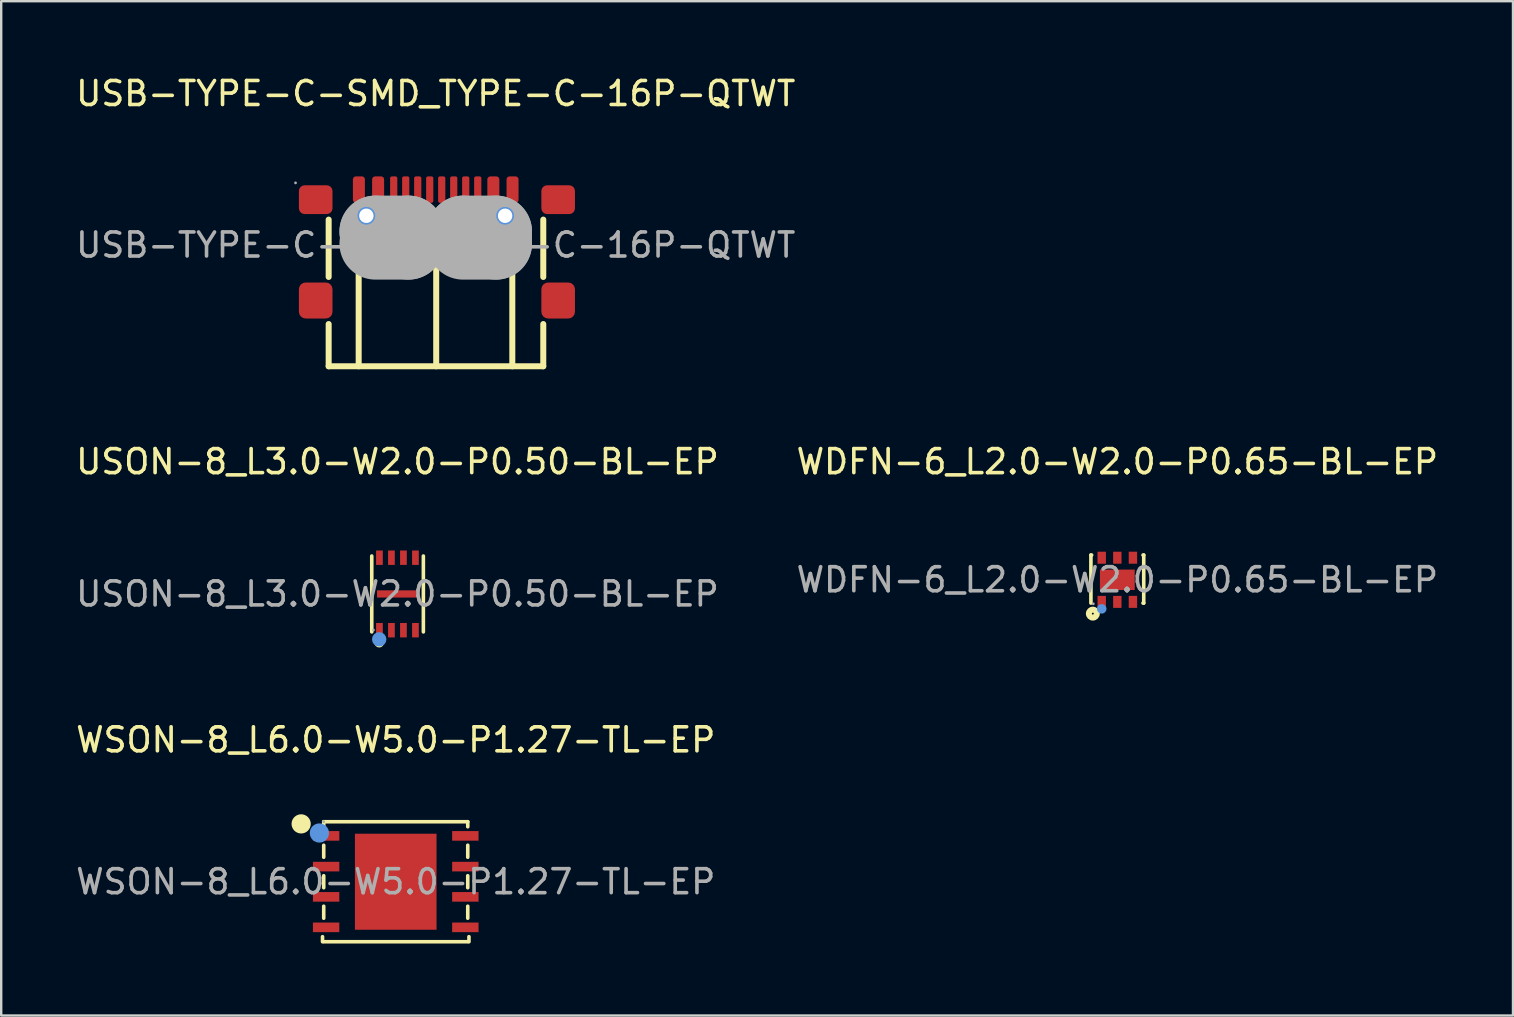
<source format=kicad_pcb>
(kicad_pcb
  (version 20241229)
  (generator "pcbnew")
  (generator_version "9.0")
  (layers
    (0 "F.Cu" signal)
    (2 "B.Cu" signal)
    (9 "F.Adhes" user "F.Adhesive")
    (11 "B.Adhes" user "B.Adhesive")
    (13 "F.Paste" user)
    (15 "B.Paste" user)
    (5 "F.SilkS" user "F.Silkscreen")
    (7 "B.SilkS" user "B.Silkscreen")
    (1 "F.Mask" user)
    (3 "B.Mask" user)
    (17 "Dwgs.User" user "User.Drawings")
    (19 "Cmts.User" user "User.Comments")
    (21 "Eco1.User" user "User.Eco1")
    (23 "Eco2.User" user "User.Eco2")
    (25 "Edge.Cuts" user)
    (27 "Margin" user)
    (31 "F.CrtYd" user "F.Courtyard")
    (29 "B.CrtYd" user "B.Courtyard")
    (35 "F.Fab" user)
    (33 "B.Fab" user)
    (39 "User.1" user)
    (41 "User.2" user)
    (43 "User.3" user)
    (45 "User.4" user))
  (footprint "WDFN-6_L2.0-W2.0-P0.65-BL-EP"
    (layer "F.Cu")
    (at 43.494 21.102)
    (property "Reference" "WDFN-6_L2.0-W2.0-P0.65-BL-EP" (at 0 -4.92 0) (layer "F.SilkS") (effects (font (size 1 1) (thickness 0.15))))
    (attr smd)
    (fp_line (start -1.1 -1.03) (end -1.1 0.97) (stroke (width 0.15) (type solid)) (layer "F.SilkS"))
    (fp_line (start -1.1 -1.03) (end -1.07 -1.03) (stroke (width 0.15) (type solid)) (layer "F.SilkS"))
    (fp_line (start 1.07 -1.03) (end 1.1 -1.03) (stroke (width 0.15) (type solid)) (layer "F.SilkS"))
    (fp_line (start 1.1 0.97) (end 1.07 0.97) (stroke (width 0.15) (type solid)) (layer "F.SilkS"))
    (fp_line (start 1.1 0.97) (end 1.1 -1.03) (stroke (width 0.15) (type solid)) (layer "F.SilkS"))
    (fp_circle (center -1.02 1.41) (end -0.98 1.41) (stroke (width 0.25) (type solid)) (fill no) (layer "F.SilkS"))
    (fp_circle (center -0.65 1.21) (end -0.55 1.21) (stroke (width 0.2) (type solid)) (fill no) (layer "Cmts.User"))
    (fp_circle (center -1 1) (end -0.97 1) (stroke (width 0.06) (type solid)) (fill no) (layer "F.Fab"))
    (fp_text user "${REFERENCE}" (at 0 0 0) (layer "F.Fab") (effects (font (size 1 1) (thickness 0.15))))
    (pad "1" smd rect (at -0.65 0.92) (size 0.35 0.5) (layers "F.Cu" "F.Mask" "F.Paste"))
    (pad "2" smd rect (at 0 0.92) (size 0.35 0.5) (layers "F.Cu" "F.Mask" "F.Paste"))
    (pad "3" smd rect (at 0.65 0.92) (size 0.35 0.5) (layers "F.Cu" "F.Mask" "F.Paste"))
    (pad "4" smd rect (at 0.65 -0.92) (size 0.35 0.5) (layers "F.Cu" "F.Mask" "F.Paste"))
    (pad "5" smd rect (at 0 -0.92) (size 0.35 0.5) (layers "F.Cu" "F.Mask" "F.Paste"))
    (pad "6" smd rect (at -0.65 -0.92) (size 0.35 0.5) (layers "F.Cu" "F.Mask" "F.Paste"))
    (pad "7" smd rect (at 0 0) (size 1.45 0.85) (layers "F.Cu" "F.Mask" "F.Paste")))
  (footprint "USON-8_L3.0-W2.0-P0.50-BL-EP"
    (layer "F.Cu")
    (at 13.506 21.692)
    (property "Reference" "USON-8_L3.0-W2.0-P0.50-BL-EP" (at 0 -5.51 0) (layer "F.SilkS") (effects (font (size 1 1) (thickness 0.15))))
    (attr smd)
    (fp_line (start -1.07 -1.58) (end -1.07 1.58) (stroke (width 0.15) (type solid)) (layer "F.SilkS"))
    (fp_line (start 1.08 1.58) (end 1.08 -1.58) (stroke (width 0.15) (type solid)) (layer "F.SilkS"))
    (fp_circle (center -0.76 2.03) (end -0.66 2.03) (stroke (width 0.2) (type solid)) (fill no) (layer "F.SilkS"))
    (fp_circle (center -0.76 1.89) (end -0.61 1.89) (stroke (width 0.3) (type solid)) (fill no) (layer "Cmts.User"))
    (fp_circle (center -1 1.5) (end -0.97 1.5) (stroke (width 0.06) (type solid)) (fill no) (layer "F.Fab"))
    (fp_text user "${REFERENCE}" (at 0 0 0) (layer "F.Fab") (effects (font (size 1 1) (thickness 0.15))))
    (pad "1" smd rect (at -0.75 1.51 270) (size 0.6 0.28) (layers "F.Cu" "F.Mask" "F.Paste"))
    (pad "2" smd rect (at -0.25 1.51 270) (size 0.6 0.28) (layers "F.Cu" "F.Mask" "F.Paste"))
    (pad "3" smd rect (at 0.25 1.51 270) (size 0.6 0.28) (layers "F.Cu" "F.Mask" "F.Paste"))
    (pad "4" smd rect (at 0.75 1.51 270) (size 0.6 0.28) (layers "F.Cu" "F.Mask" "F.Paste"))
    (pad "5" smd rect (at 0.75 -1.51 270) (size 0.6 0.28) (layers "F.Cu" "F.Mask" "F.Paste"))
    (pad "6" smd rect (at 0.25 -1.51 270) (size 0.6 0.28) (layers "F.Cu" "F.Mask" "F.Paste"))
    (pad "7" smd rect (at -0.25 -1.51 270) (size 0.6 0.28) (layers "F.Cu" "F.Mask" "F.Paste"))
    (pad "8" smd rect (at -0.75 -1.51 270) (size 0.6 0.28) (layers "F.Cu" "F.Mask" "F.Paste"))
    (pad "9" smd rect (at 0 0 90) (size 0.3 1.7) (layers "F.Cu" "F.Mask" "F.Paste")))
  (footprint "USB-TYPE-C-SMD_TYPE-C-16P-QTWT"
    (layer "F.Cu")
    (at 15.101 7.158)
    (property "Reference" "USB-TYPE-C-SMD_TYPE-C-16P-QTWT" (at 0 -6.31 0) (layer "F.SilkS") (effects (font (size 1 1) (thickness 0.15))))
    (attr smd)
    (fp_line (start -4.46 -1.06) (end -4.46 1.33) (stroke (width 0.25) (type solid)) (layer "F.SilkS"))
    (fp_line (start -4.46 3.29) (end -4.46 5.05) (stroke (width 0.25) (type solid)) (layer "F.SilkS"))
    (fp_line (start -4.46 5.05) (end 4.48 5.05) (stroke (width 0.25) (type solid)) (layer "F.SilkS"))
    (fp_line (start -3.21 -0.4) (end -3.21 5.05) (stroke (width 0.25) (type solid)) (layer "F.SilkS"))
    (fp_line (start 0.02 -1.2) (end 0.02 5.05) (stroke (width 0.25) (type solid)) (layer "F.SilkS"))
    (fp_line (start 3.19 -0.4) (end 3.19 5.05) (stroke (width 0.25) (type solid)) (layer "F.SilkS"))
    (fp_line (start 4.48 1.33) (end 4.48 -1.06) (stroke (width 0.25) (type solid)) (layer "F.SilkS"))
    (fp_line (start 4.48 5.05) (end 4.48 3.29) (stroke (width 0.25) (type solid)) (layer "F.SilkS"))
    (fp_circle (center -2.89 -1.22) (end -2.77 -1.22) (stroke (width 0.25) (type solid)) (fill no) (layer "Cmts.User"))
    (fp_circle (center 2.89 -1.22) (end 3.01 -1.22) (stroke (width 0.25) (type solid)) (fill no) (layer "Cmts.User"))
    (fp_line (start -2.51 -0.56) (end -2.51 -0.56) (stroke (width 3) (type solid)) (layer "F.Fab"))
    (fp_line (start -2.51 -0.56) (end -1.14 -0.56) (stroke (width 3) (type solid)) (layer "F.Fab"))
    (fp_line (start -1.14 -0.56) (end -1.14 -0.06) (stroke (width 3) (type solid)) (layer "F.Fab"))
    (fp_line (start -1.14 -0.06) (end -2.51 -0.06) (stroke (width 3) (type solid)) (layer "F.Fab"))
    (fp_line (start 1.14 -0.56) (end 1.14 -0.56) (stroke (width 3) (type solid)) (layer "F.Fab"))
    (fp_line (start 1.14 -0.56) (end 2.51 -0.56) (stroke (width 3) (type solid)) (layer "F.Fab"))
    (fp_line (start 2.51 -0.56) (end 2.51 -0.06) (stroke (width 3) (type solid)) (layer "F.Fab"))
    (fp_line (start 2.51 -0.06) (end 1.14 -0.06) (stroke (width 3) (type solid)) (layer "F.Fab"))
    (fp_circle (center -5.84 -2.59) (end -5.81 -2.59) (stroke (width 0.06) (type solid)) (fill no) (layer "F.Fab"))
    (fp_text user "${REFERENCE}" (at 0 0 0) (layer "F.Fab") (effects (font (size 1 1) (thickness 0.15))))
    (pad "" thru_hole circle (at -2.89 -1.22) (size 0.6 0.6) (drill 0.6) (layers "*.Cu" "*.Mask"))
    (pad "" thru_hole circle (at 2.89 -1.22) (size 0.6 0.6) (drill 0.6) (layers "*.Cu" "*.Mask"))
    (pad "0" smd roundrect (at -5 -1.89) (size 1.4 1.2) (layers "F.Cu" "F.Mask" "F.Paste") (roundrect_rratio 0.2))
    (pad "0" smd roundrect (at -5 2.31) (size 1.4 1.5) (layers "F.Cu" "F.Mask" "F.Paste") (roundrect_rratio 0.2))
    (pad "0" smd roundrect (at 5.1 -1.89) (size 1.4 1.2) (layers "F.Cu" "F.Mask" "F.Paste") (roundrect_rratio 0.2))
    (pad "0" smd roundrect (at 5.1 2.31) (size 1.4 1.5) (layers "F.Cu" "F.Mask" "F.Paste") (roundrect_rratio 0.2))
    (pad "A1" smd roundrect (at -3.2 -2.31) (size 0.5 1.1) (layers "F.Cu" "F.Mask" "F.Paste") (roundrect_rratio 0.25))
    (pad "A4" smd roundrect (at -2.4 -2.31) (size 0.5 1.1) (layers "F.Cu" "F.Mask" "F.Paste") (roundrect_rratio 0.25))
    (pad "A5" smd roundrect (at -1.25 -2.31) (size 0.3 1.1) (layers "F.Cu" "F.Mask" "F.Paste") (roundrect_rratio 0.25))
    (pad "A6" smd roundrect (at -0.25 -2.31) (size 0.3 1.1) (layers "F.Cu" "F.Mask" "F.Paste") (roundrect_rratio 0.25))
    (pad "A7" smd roundrect (at 0.25 -2.31) (size 0.3 1.1) (layers "F.Cu" "F.Mask" "F.Paste") (roundrect_rratio 0.25))
    (pad "A8" smd roundrect (at 1.25 -2.31) (size 0.3 1.1) (layers "F.Cu" "F.Mask" "F.Paste") (roundrect_rratio 0.25))
    (pad "A9" smd roundrect (at 2.4 -2.31) (size 0.5 1.1) (layers "F.Cu" "F.Mask" "F.Paste") (roundrect_rratio 0.25))
    (pad "A12" smd roundrect (at 3.2 -2.31) (size 0.5 1.1) (layers "F.Cu" "F.Mask" "F.Paste") (roundrect_rratio 0.25))
    (pad "B5" smd roundrect (at 1.75 -2.31) (size 0.3 1.1) (layers "F.Cu" "F.Mask" "F.Paste") (roundrect_rratio 0.25))
    (pad "B6" smd roundrect (at 0.75 -2.31) (size 0.3 1.1) (layers "F.Cu" "F.Mask" "F.Paste") (roundrect_rratio 0.25))
    (pad "B7" smd roundrect (at -0.75 -2.31) (size 0.3 1.1) (layers "F.Cu" "F.Mask" "F.Paste") (roundrect_rratio 0.25))
    (pad "B8" smd roundrect (at -1.75 -2.31) (size 0.3 1.1) (layers "F.Cu" "F.Mask" "F.Paste") (roundrect_rratio 0.25)))
  (footprint "WSON-8_L6.0-W5.0-P1.27-TL-EP"
    (layer "F.Cu")
    (at 13.435 33.68)
    (property "Reference" "WSON-8_L6.0-W5.0-P1.27-TL-EP" (at 0 -5.91 0) (layer "F.SilkS") (effects (font (size 1 1) (thickness 0.15))))
    (attr smd)
    (fp_line (start -3.05 2.29) (end -3.05 2.5) (stroke (width 0.15) (type solid)) (layer "F.SilkS"))
    (fp_line (start -3 -2.5) (end -3 -2.29) (stroke (width 0.15) (type solid)) (layer "F.SilkS"))
    (fp_line (start -3 -2.5) (end 3 -2.5) (stroke (width 0.15) (type solid)) (layer "F.SilkS"))
    (fp_line (start -3 -1.52) (end -3 -1.02) (stroke (width 0.15) (type solid)) (layer "F.SilkS"))
    (fp_line (start -3 -0.25) (end -3 0.25) (stroke (width 0.15) (type solid)) (layer "F.SilkS"))
    (fp_line (start -3 1.02) (end -3 1.52) (stroke (width 0.15) (type solid)) (layer "F.SilkS"))
    (fp_line (start -3 2.5) (end 3 2.5) (stroke (width 0.15) (type solid)) (layer "F.SilkS"))
    (fp_line (start 3 -2.5) (end 3 -2.29) (stroke (width 0.15) (type solid)) (layer "F.SilkS"))
    (fp_line (start 3 -1.52) (end 3 -1.02) (stroke (width 0.15) (type solid)) (layer "F.SilkS"))
    (fp_line (start 3 -0.25) (end 3 0.25) (stroke (width 0.15) (type solid)) (layer "F.SilkS"))
    (fp_line (start 3 1.02) (end 3 1.52) (stroke (width 0.15) (type solid)) (layer "F.SilkS"))
    (fp_line (start 3.05 2.29) (end 3.05 2.5) (stroke (width 0.15) (type solid)) (layer "F.SilkS"))
    (fp_circle (center -3.94 -2.41) (end -3.74 -2.41) (stroke (width 0.4) (type solid)) (fill no) (layer "F.SilkS"))
    (fp_circle (center -3.18 -2.03) (end -2.98 -2.03) (stroke (width 0.4) (type solid)) (fill no) (layer "Cmts.User"))
    (fp_circle (center -3 -2.5) (end -2.97 -2.5) (stroke (width 0.06) (type solid)) (fill no) (layer "F.Fab"))
    (fp_text user "${REFERENCE}" (at 0 0 0) (layer "F.Fab") (effects (font (size 1 1) (thickness 0.15))))
    (pad "1" smd rect (at -2.9 -1.91) (size 1.1 0.4) (layers "F.Cu" "F.Mask" "F.Paste"))
    (pad "2" smd rect (at -2.9 -0.63) (size 1.1 0.4) (layers "F.Cu" "F.Mask" "F.Paste"))
    (pad "3" smd rect (at -2.9 0.63) (size 1.1 0.4) (layers "F.Cu" "F.Mask" "F.Paste"))
    (pad "4" smd rect (at -2.9 1.9) (size 1.1 0.4) (layers "F.Cu" "F.Mask" "F.Paste"))
    (pad "5" smd rect (at 2.9 1.9) (size 1.1 0.4) (layers "F.Cu" "F.Mask" "F.Paste"))
    (pad "6" smd rect (at 2.9 0.63) (size 1.1 0.4) (layers "F.Cu" "F.Mask" "F.Paste"))
    (pad "7" smd rect (at 2.9 -0.63) (size 1.1 0.4) (layers "F.Cu" "F.Mask" "F.Paste"))
    (pad "8" smd rect (at 2.9 -1.91) (size 1.1 0.4) (layers "F.Cu" "F.Mask" "F.Paste"))
    (pad "9" smd rect (at 0 0) (size 3.4 4) (layers "F.Cu" "F.Mask" "F.Paste")))
  (gr_rect
    (start -3 -3)
    (end 59.976 39.255)
    (stroke (width 0.1) (type default))
    (fill no)
    (layer "Edge.Cuts")))
</source>
